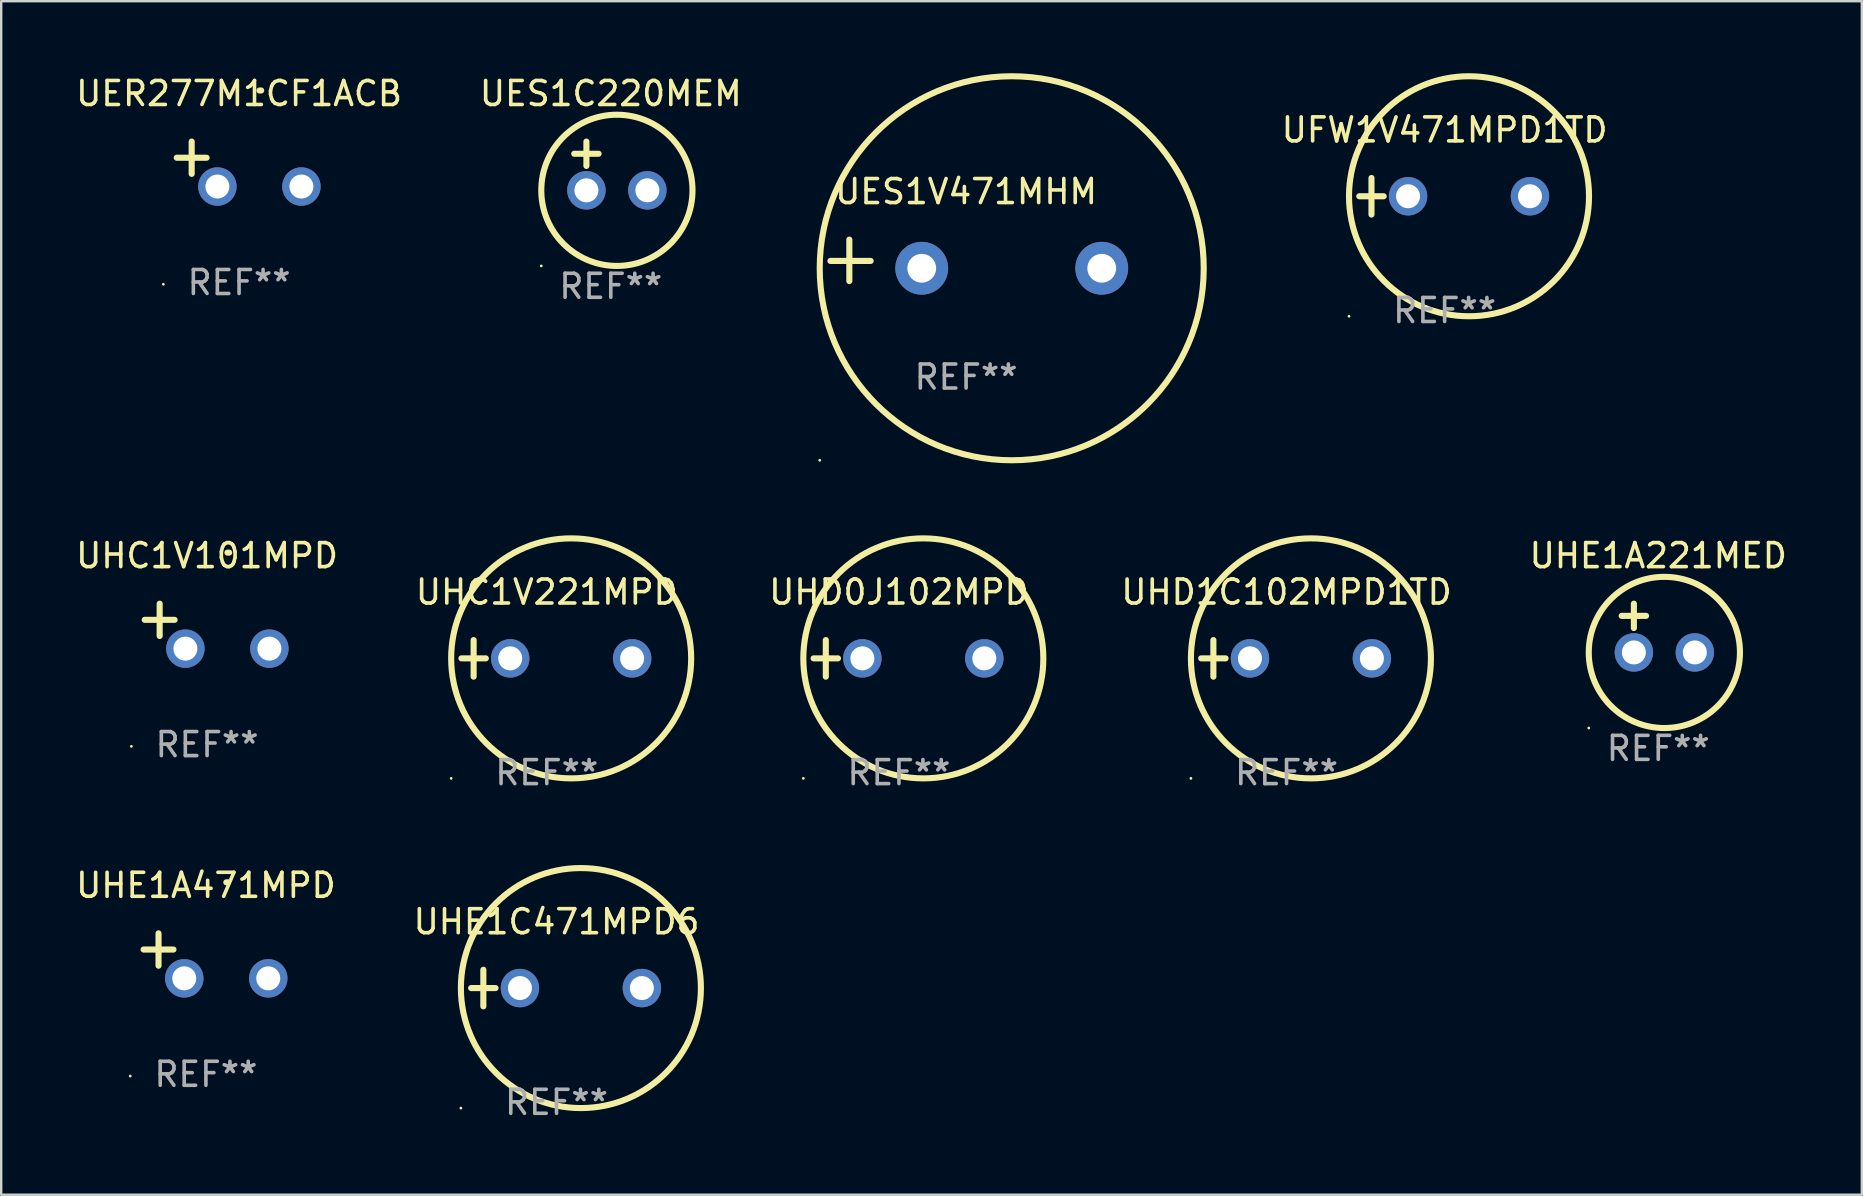
<source format=kicad_pcb>
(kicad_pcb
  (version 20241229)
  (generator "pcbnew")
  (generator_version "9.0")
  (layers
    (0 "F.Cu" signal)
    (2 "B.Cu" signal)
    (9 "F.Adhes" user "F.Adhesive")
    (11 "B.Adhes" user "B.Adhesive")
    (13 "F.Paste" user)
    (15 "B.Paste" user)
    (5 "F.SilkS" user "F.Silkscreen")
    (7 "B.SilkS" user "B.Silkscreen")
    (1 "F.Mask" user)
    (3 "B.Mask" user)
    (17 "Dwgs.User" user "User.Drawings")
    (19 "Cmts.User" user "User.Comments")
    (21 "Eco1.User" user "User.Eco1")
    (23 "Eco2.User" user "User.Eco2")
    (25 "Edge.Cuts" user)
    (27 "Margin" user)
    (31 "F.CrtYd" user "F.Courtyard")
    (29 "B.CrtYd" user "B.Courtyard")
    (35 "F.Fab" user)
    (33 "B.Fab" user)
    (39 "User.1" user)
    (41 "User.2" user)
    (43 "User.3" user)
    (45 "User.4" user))
  (footprint "UHC1V101MPD"
    (layer "F.Cu")
    (at 5.577 23.039)
    (property "Reference" "UHC1V101MPD" (at 0 -2.937 0) (layer "F.SilkS") (effects (font (size 1 1) (thickness 0.15))))
    (attr through_hole)
    (fp_line (start -1.975 0.41) (end -1.975 -0.937) (stroke (width 0.254) (type solid)) (layer "F.SilkS"))
    (fp_line (start -1.353 -0.263) (end -2.597 -0.263) (stroke (width 0.254) (type solid)) (layer "F.SilkS"))
    (fp_arc (start 0.849809 -3.063957) (mid 0.885369 -3.064114) (end 0.920929 -3.063957) (stroke (width 0.254001) (type solid)) (layer "F.SilkS"))
    (fp_circle (center -3.154 5.008) (end -3.124 5.008) (stroke (width 0.06) (type solid)) (fill no) (layer "F.SilkS"))
    (fp_text user "REF**" (at 0 4.937 0) (layer "F.Fab") (effects (font (size 1 1) (thickness 0.15))))
    (pad "1" thru_hole circle (at -0.903 0.937) (size 1.6 1.6) (drill 1) (layers "*.Cu" "*.Mask"))
    (pad "2" thru_hole circle (at 2.597 0.937) (size 1.6 1.6) (drill 1) (layers "*.Cu" "*.Mask")))
  (footprint "UHD1C102MPD1TD"
    (layer "F.Cu")
    (at 50.554 24.381)
    (property "Reference" "UHD1C102MPD1TD" (at 0 -2.762 0) (layer "F.SilkS") (effects (font (size 1 1) (thickness 0.15))))
    (attr through_hole)
    (fp_line (start -3.556 0) (end -2.54 0) (stroke (width 0.254) (type solid)) (layer "F.SilkS"))
    (fp_line (start -3.048 -0.762) (end -3.048 0.762) (stroke (width 0.254) (type solid)) (layer "F.SilkS"))
    (fp_circle (center -3.984 5) (end -3.954 5) (stroke (width 0.06) (type solid)) (fill no) (layer "F.SilkS"))
    (fp_circle (center 1.016 0) (end 6.016 0) (stroke (width 0.254) (type solid)) (fill no) (layer "F.SilkS"))
    (fp_text user "REF**" (at 0 4.762 0) (layer "F.Fab") (effects (font (size 1 1) (thickness 0.15))))
    (pad "1" thru_hole circle (at -1.524 0) (size 1.6 1.6) (drill 1) (layers "*.Cu" "*.Mask"))
    (pad "2" thru_hole circle (at 3.556 0) (size 1.6 1.6) (drill 1) (layers "*.Cu" "*.Mask")))
  (footprint "UES1C220MEM"
    (layer "F.Cu")
    (at 22.399 3.864)
    (property "Reference" "UES1C220MEM" (at 0 -3.016 0) (layer "F.SilkS") (effects (font (size 1 1) (thickness 0.15))))
    (attr through_hole)
    (fp_line (start -1.524 -0.508) (end -0.508 -0.508) (stroke (width 0.254) (type solid)) (layer "F.SilkS"))
    (fp_line (start -1.016 -1.016) (end -1.016 0) (stroke (width 0.254) (type solid)) (layer "F.SilkS"))
    (fp_circle (center -2.896 4.166) (end -2.866 4.166) (stroke (width 0.06) (type solid)) (fill no) (layer "F.SilkS"))
    (fp_circle (center 0.254 1.016) (end 3.404 1.016) (stroke (width 0.254) (type solid)) (fill no) (layer "F.SilkS"))
    (fp_text user "REF**" (at 0 5.016 0) (layer "F.Fab") (effects (font (size 1 1) (thickness 0.15))))
    (pad "1" thru_hole circle (at -1.016 1.016) (size 1.6 1.6) (drill 1) (layers "*.Cu" "*.Mask"))
    (pad "2" thru_hole circle (at 1.524 1.016) (size 1.6 1.6) (drill 1) (layers "*.Cu" "*.Mask")))
  (footprint "UHD0J102MPD"
    (layer "F.Cu")
    (at 34.405 24.381)
    (property "Reference" "UHD0J102MPD" (at 0 -2.762 0) (layer "F.SilkS") (effects (font (size 1 1) (thickness 0.15))))
    (attr through_hole)
    (fp_line (start -3.556 0) (end -2.54 0) (stroke (width 0.254) (type solid)) (layer "F.SilkS"))
    (fp_line (start -3.048 -0.762) (end -3.048 0.762) (stroke (width 0.254) (type solid)) (layer "F.SilkS"))
    (fp_circle (center -3.984 5) (end -3.954 5) (stroke (width 0.06) (type solid)) (fill no) (layer "F.SilkS"))
    (fp_circle (center 1.016 0) (end 6.016 0) (stroke (width 0.254) (type solid)) (fill no) (layer "F.SilkS"))
    (fp_text user "REF**" (at 0 4.762 0) (layer "F.Fab") (effects (font (size 1 1) (thickness 0.15))))
    (pad "1" thru_hole circle (at -1.524 0) (size 1.6 1.6) (drill 1) (layers "*.Cu" "*.Mask"))
    (pad "2" thru_hole circle (at 3.556 0) (size 1.6 1.6) (drill 1) (layers "*.Cu" "*.Mask")))
  (footprint "UER277M1CF1ACB"
    (layer "F.Cu")
    (at 6.911 3.785)
    (property "Reference" "UER277M1CF1ACB" (at 0 -2.937 0) (layer "F.SilkS") (effects (font (size 1 1) (thickness 0.15))))
    (attr through_hole)
    (fp_line (start -1.975 0.41) (end -1.975 -0.937) (stroke (width 0.254) (type solid)) (layer "F.SilkS"))
    (fp_line (start -1.353 -0.263) (end -2.597 -0.263) (stroke (width 0.254) (type solid)) (layer "F.SilkS"))
    (fp_arc (start 0.849809 -3.063957) (mid 0.885369 -3.064114) (end 0.920929 -3.063957) (stroke (width 0.254001) (type solid)) (layer "F.SilkS"))
    (fp_circle (center -3.154 5.008) (end -3.124 5.008) (stroke (width 0.06) (type solid)) (fill no) (layer "F.SilkS"))
    (fp_text user "REF**" (at 0 4.937 0) (layer "F.Fab") (effects (font (size 1 1) (thickness 0.15))))
    (pad "1" thru_hole circle (at -0.903 0.937) (size 1.6 1.6) (drill 1) (layers "*.Cu" "*.Mask"))
    (pad "2" thru_hole circle (at 2.597 0.937) (size 1.6 1.6) (drill 1) (layers "*.Cu" "*.Mask")))
  (footprint "UHE1C471MPD6"
    (layer "F.Cu")
    (at 20.137 38.118)
    (property "Reference" "UHE1C471MPD6" (at 0 -2.762 0) (layer "F.SilkS") (effects (font (size 1 1) (thickness 0.15))))
    (attr through_hole)
    (fp_line (start -3.556 0) (end -2.54 0) (stroke (width 0.254) (type solid)) (layer "F.SilkS"))
    (fp_line (start -3.048 -0.762) (end -3.048 0.762) (stroke (width 0.254) (type solid)) (layer "F.SilkS"))
    (fp_circle (center -3.984 5) (end -3.954 5) (stroke (width 0.06) (type solid)) (fill no) (layer "F.SilkS"))
    (fp_circle (center 1.016 0) (end 6.016 0) (stroke (width 0.254) (type solid)) (fill no) (layer "F.SilkS"))
    (fp_text user "REF**" (at 0 4.762 0) (layer "F.Fab") (effects (font (size 1 1) (thickness 0.15))))
    (pad "1" thru_hole circle (at -1.524 0) (size 1.6 1.6) (drill 1) (layers "*.Cu" "*.Mask"))
    (pad "2" thru_hole circle (at 3.556 0) (size 1.6 1.6) (drill 1) (layers "*.Cu" "*.Mask")))
  (footprint "UHE1A221MED"
    (layer "F.Cu")
    (at 66.042 23.118)
    (property "Reference" "UHE1A221MED" (at 0 -3.016 0) (layer "F.SilkS") (effects (font (size 1 1) (thickness 0.15))))
    (attr through_hole)
    (fp_line (start -1.524 -0.508) (end -0.508 -0.508) (stroke (width 0.254) (type solid)) (layer "F.SilkS"))
    (fp_line (start -1.016 -1.016) (end -1.016 0) (stroke (width 0.254) (type solid)) (layer "F.SilkS"))
    (fp_circle (center -2.896 4.166) (end -2.866 4.166) (stroke (width 0.06) (type solid)) (fill no) (layer "F.SilkS"))
    (fp_circle (center 0.254 1.016) (end 3.404 1.016) (stroke (width 0.254) (type solid)) (fill no) (layer "F.SilkS"))
    (fp_text user "REF**" (at 0 5.016 0) (layer "F.Fab") (effects (font (size 1 1) (thickness 0.15))))
    (pad "1" thru_hole circle (at -1.016 1.016) (size 1.6 1.6) (drill 1) (layers "*.Cu" "*.Mask"))
    (pad "2" thru_hole circle (at 1.524 1.016) (size 1.6 1.6) (drill 1) (layers "*.Cu" "*.Mask")))
  (footprint "UHC1V221MPD"
    (layer "F.Cu")
    (at 19.732 24.381)
    (property "Reference" "UHC1V221MPD" (at 0 -2.762 0) (layer "F.SilkS") (effects (font (size 1 1) (thickness 0.15))))
    (attr through_hole)
    (fp_line (start -3.556 0) (end -2.54 0) (stroke (width 0.254) (type solid)) (layer "F.SilkS"))
    (fp_line (start -3.048 -0.762) (end -3.048 0.762) (stroke (width 0.254) (type solid)) (layer "F.SilkS"))
    (fp_circle (center -3.984 5) (end -3.954 5) (stroke (width 0.06) (type solid)) (fill no) (layer "F.SilkS"))
    (fp_circle (center 1.016 0) (end 6.016 0) (stroke (width 0.254) (type solid)) (fill no) (layer "F.SilkS"))
    (fp_text user "REF**" (at 0 4.762 0) (layer "F.Fab") (effects (font (size 1 1) (thickness 0.15))))
    (pad "1" thru_hole circle (at -1.524 0) (size 1.6 1.6) (drill 1) (layers "*.Cu" "*.Mask"))
    (pad "2" thru_hole circle (at 3.556 0) (size 1.6 1.6) (drill 1) (layers "*.Cu" "*.Mask")))
  (footprint "UHE1A471MPD"
    (layer "F.Cu")
    (at 5.53 36.776)
    (property "Reference" "UHE1A471MPD" (at 0 -2.937 0) (layer "F.SilkS") (effects (font (size 1 1) (thickness 0.15))))
    (attr through_hole)
    (fp_line (start -1.975 0.41) (end -1.975 -0.937) (stroke (width 0.254) (type solid)) (layer "F.SilkS"))
    (fp_line (start -1.353 -0.263) (end -2.597 -0.263) (stroke (width 0.254) (type solid)) (layer "F.SilkS"))
    (fp_arc (start 0.849809 -3.063957) (mid 0.885369 -3.064114) (end 0.920929 -3.063957) (stroke (width 0.254001) (type solid)) (layer "F.SilkS"))
    (fp_circle (center -3.154 5.008) (end -3.124 5.008) (stroke (width 0.06) (type solid)) (fill no) (layer "F.SilkS"))
    (fp_text user "REF**" (at 0 4.937 0) (layer "F.Fab") (effects (font (size 1 1) (thickness 0.15))))
    (pad "1" thru_hole circle (at -0.903 0.937) (size 1.6 1.6) (drill 1) (layers "*.Cu" "*.Mask"))
    (pad "2" thru_hole circle (at 2.597 0.937) (size 1.6 1.6) (drill 1) (layers "*.Cu" "*.Mask")))
  (footprint "UES1V471MHM"
    (layer "F.Cu")
    (at 37.202 7.797)
    (property "Reference" "UES1V471MHM" (at 0 -2.864 0) (layer "F.SilkS") (effects (font (size 1 1) (thickness 0.15))))
    (attr through_hole)
    (fp_line (start -4.864 0.864) (end -4.864 -0.864) (stroke (width 0.254) (type solid)) (layer "F.SilkS"))
    (fp_line (start -3.975 0.025) (end -5.652 0.025) (stroke (width 0.254) (type solid)) (layer "F.SilkS"))
    (fp_circle (center -6.098 8.33) (end -6.068 8.33) (stroke (width 0.06) (type solid)) (fill no) (layer "F.SilkS"))
    (fp_circle (center 1.902 0.33) (end 9.902 0.33) (stroke (width 0.254) (type solid)) (fill no) (layer "F.SilkS"))
    (fp_text user "REF**" (at 0 4.864 0) (layer "F.Fab") (effects (font (size 1 1) (thickness 0.15))))
    (pad "1" thru_hole circle (at -1.848 0.33) (size 2.2 2.2) (drill 1.2) (layers "*.Cu" "*.Mask"))
    (pad "2" thru_hole circle (at 5.652 0.33) (size 2.2 2.2) (drill 1.2) (layers "*.Cu" "*.Mask")))
  (footprint "UFW1V471MPD1TD"
    (layer "F.Cu")
    (at 57.141 5.127)
    (property "Reference" "UFW1V471MPD1TD" (at 0 -2.762 0) (layer "F.SilkS") (effects (font (size 1 1) (thickness 0.15))))
    (attr through_hole)
    (fp_line (start -3.556 0) (end -2.54 0) (stroke (width 0.254) (type solid)) (layer "F.SilkS"))
    (fp_line (start -3.048 -0.762) (end -3.048 0.762) (stroke (width 0.254) (type solid)) (layer "F.SilkS"))
    (fp_circle (center -3.984 5) (end -3.954 5) (stroke (width 0.06) (type solid)) (fill no) (layer "F.SilkS"))
    (fp_circle (center 1.016 0) (end 6.016 0) (stroke (width 0.254) (type solid)) (fill no) (layer "F.SilkS"))
    (fp_text user "REF**" (at 0 4.762 0) (layer "F.Fab") (effects (font (size 1 1) (thickness 0.15))))
    (pad "1" thru_hole circle (at -1.524 0) (size 1.6 1.6) (drill 1) (layers "*.Cu" "*.Mask"))
    (pad "2" thru_hole circle (at 3.556 0) (size 1.6 1.6) (drill 1) (layers "*.Cu" "*.Mask")))
  (gr_rect
    (start -3 -3)
    (end 74.524 46.729)
    (stroke (width 0.1) (type default))
    (fill no)
    (layer "Edge.Cuts")))
</source>
